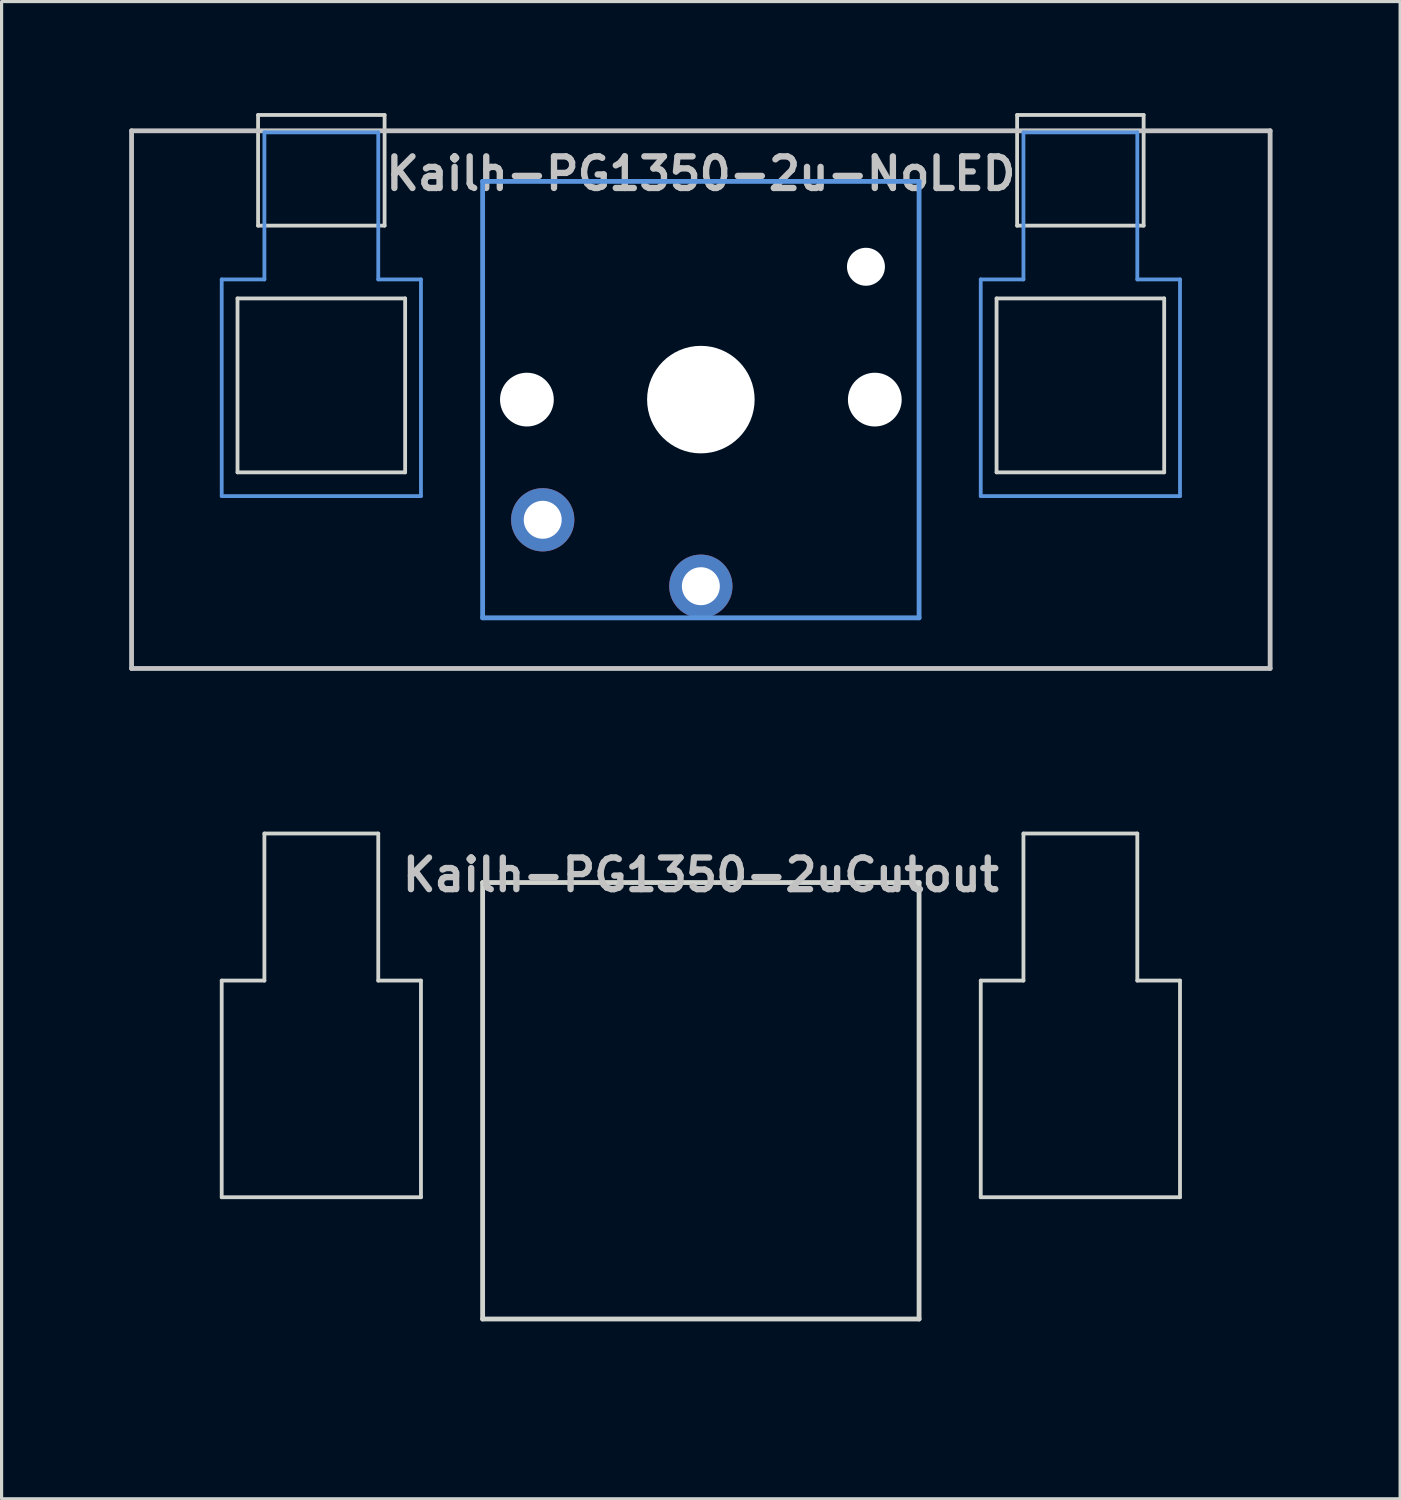
<source format=kicad_pcb>
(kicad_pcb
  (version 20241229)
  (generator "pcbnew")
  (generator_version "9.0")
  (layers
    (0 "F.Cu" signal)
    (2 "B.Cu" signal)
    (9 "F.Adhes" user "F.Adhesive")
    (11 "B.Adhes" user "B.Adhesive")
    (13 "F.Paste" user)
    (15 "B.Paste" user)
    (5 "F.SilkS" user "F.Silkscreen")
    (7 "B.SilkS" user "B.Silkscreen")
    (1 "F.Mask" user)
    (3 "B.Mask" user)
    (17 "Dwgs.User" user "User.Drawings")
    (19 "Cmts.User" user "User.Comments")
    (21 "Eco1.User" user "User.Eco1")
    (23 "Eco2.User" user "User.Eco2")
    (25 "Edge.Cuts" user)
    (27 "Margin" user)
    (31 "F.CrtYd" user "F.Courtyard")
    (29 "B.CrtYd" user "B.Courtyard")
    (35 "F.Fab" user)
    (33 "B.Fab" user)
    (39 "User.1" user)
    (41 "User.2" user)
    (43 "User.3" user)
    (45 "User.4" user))
  (footprint "Kailh-PG1350-2uCutout"
    (layer "F.Cu")
    (at 19.11 31.755)
    (property "Reference" "Kailh-PG1350-2uCutout" (at 0 -7.144 180) (layer "Dwgs.User") (effects (font (size 1 1) (thickness 0.2))))
    (attr through_hole)
    (fp_line (start -19.05 -9.525) (end -19.05 9.525) (stroke (width 0.12) (type solid)) (layer "Eco1.User"))
    (fp_line (start -19.05 -9.525) (end 19.05 -9.525) (stroke (width 0.12) (type solid)) (layer "Eco1.User"))
    (fp_line (start -19.05 9.525) (end 19.05 9.525) (stroke (width 0.12) (type solid)) (layer "Eco1.User"))
    (fp_line (start 19.05 -9.525) (end 19.05 9.525) (stroke (width 0.12) (type solid)) (layer "Eco1.User"))
    (fp_line (start -15.15 -3.8) (end -13.8 -3.8) (stroke (width 0.12) (type solid)) (layer "Edge.Cuts"))
    (fp_line (start -15.15 3.05) (end -15.15 -3.8) (stroke (width 0.12) (type solid)) (layer "Edge.Cuts"))
    (fp_line (start -15.15 3.05) (end -8.85 3.05) (stroke (width 0.12) (type solid)) (layer "Edge.Cuts"))
    (fp_line (start -13.8 -8.45) (end -13.8 -3.8) (stroke (width 0.12) (type solid)) (layer "Edge.Cuts"))
    (fp_line (start -13.8 -8.45) (end -10.2 -8.45) (stroke (width 0.12) (type solid)) (layer "Edge.Cuts"))
    (fp_line (start -10.2 -8.45) (end -10.2 -3.8) (stroke (width 0.12) (type solid)) (layer "Edge.Cuts"))
    (fp_line (start -10.2 -3.8) (end -8.85 -3.8) (stroke (width 0.12) (type solid)) (layer "Edge.Cuts"))
    (fp_line (start -8.85 3.05) (end -8.85 -3.8) (stroke (width 0.12) (type solid)) (layer "Edge.Cuts"))
    (fp_line (start -6.9 -6.9) (end 6.9 -6.9) (stroke (width 0.152) (type solid)) (layer "Edge.Cuts"))
    (fp_line (start -6.9 6.9) (end -6.9 -6.9) (stroke (width 0.152) (type solid)) (layer "Edge.Cuts"))
    (fp_line (start 6.9 -6.9) (end 6.9 6.9) (stroke (width 0.152) (type solid)) (layer "Edge.Cuts"))
    (fp_line (start 6.9 6.9) (end -6.9 6.9) (stroke (width 0.152) (type solid)) (layer "Edge.Cuts"))
    (fp_line (start 8.85 -3.8) (end 10.2 -3.8) (stroke (width 0.12) (type solid)) (layer "Edge.Cuts"))
    (fp_line (start 8.85 3.05) (end 8.85 -3.8) (stroke (width 0.12) (type solid)) (layer "Edge.Cuts"))
    (fp_line (start 8.85 3.05) (end 15.15 3.05) (stroke (width 0.12) (type solid)) (layer "Edge.Cuts"))
    (fp_line (start 10.2 -8.45) (end 10.2 -3.8) (stroke (width 0.12) (type solid)) (layer "Edge.Cuts"))
    (fp_line (start 10.2 -8.45) (end 13.8 -8.45) (stroke (width 0.12) (type solid)) (layer "Edge.Cuts"))
    (fp_line (start 13.8 -8.45) (end 13.8 -3.8) (stroke (width 0.12) (type solid)) (layer "Edge.Cuts"))
    (fp_line (start 13.8 -3.8) (end 15.15 -3.8) (stroke (width 0.12) (type solid)) (layer "Edge.Cuts"))
    (fp_line (start 15.15 3.05) (end 15.15 -3.8) (stroke (width 0.12) (type solid)) (layer "Edge.Cuts")))
  (footprint "Kailh-PG1350-2u-NoLED"
    (layer "F.Cu")
    (at 19.11 9.585)
    (property "Reference" "Kailh-PG1350-2u-NoLED" (at 0 -7.144 180) (layer "Dwgs.User") (effects (font (size 1 1) (thickness 0.2))))
    (attr through_hole)
    (fp_line (start -18 -8.5) (end 18 -8.5) (stroke (width 0.152) (type solid)) (layer "Dwgs.User"))
    (fp_line (start -18 8.5) (end -18 -8.5) (stroke (width 0.152) (type solid)) (layer "Dwgs.User"))
    (fp_line (start 18 -8.5) (end 18 8.5) (stroke (width 0.152) (type solid)) (layer "Dwgs.User"))
    (fp_line (start 18 8.5) (end -18 8.5) (stroke (width 0.152) (type solid)) (layer "Dwgs.User"))
    (fp_line (start -15.15 -3.8) (end -13.8 -3.8) (stroke (width 0.12) (type solid)) (layer "Cmts.User"))
    (fp_line (start -15.15 3.05) (end -15.15 -3.8) (stroke (width 0.12) (type solid)) (layer "Cmts.User"))
    (fp_line (start -15.15 3.05) (end -8.85 3.05) (stroke (width 0.12) (type solid)) (layer "Cmts.User"))
    (fp_line (start -13.8 -8.45) (end -13.8 -3.8) (stroke (width 0.12) (type solid)) (layer "Cmts.User"))
    (fp_line (start -13.8 -8.45) (end -10.2 -8.45) (stroke (width 0.12) (type solid)) (layer "Cmts.User"))
    (fp_line (start -10.2 -8.45) (end -10.2 -3.8) (stroke (width 0.12) (type solid)) (layer "Cmts.User"))
    (fp_line (start -10.2 -3.8) (end -8.85 -3.8) (stroke (width 0.12) (type solid)) (layer "Cmts.User"))
    (fp_line (start -8.85 3.05) (end -8.85 -3.8) (stroke (width 0.12) (type solid)) (layer "Cmts.User"))
    (fp_line (start -6.9 -6.9) (end 6.9 -6.9) (stroke (width 0.152) (type solid)) (layer "Cmts.User"))
    (fp_line (start -6.9 6.9) (end -6.9 -6.9) (stroke (width 0.152) (type solid)) (layer "Cmts.User"))
    (fp_line (start 6.9 -6.9) (end 6.9 6.9) (stroke (width 0.152) (type solid)) (layer "Cmts.User"))
    (fp_line (start 6.9 6.9) (end -6.9 6.9) (stroke (width 0.152) (type solid)) (layer "Cmts.User"))
    (fp_line (start 8.85 -3.8) (end 10.2 -3.8) (stroke (width 0.12) (type solid)) (layer "Cmts.User"))
    (fp_line (start 8.85 3.05) (end 8.85 -3.8) (stroke (width 0.12) (type solid)) (layer "Cmts.User"))
    (fp_line (start 8.85 3.05) (end 15.15 3.05) (stroke (width 0.12) (type solid)) (layer "Cmts.User"))
    (fp_line (start 10.2 -8.45) (end 10.2 -3.8) (stroke (width 0.12) (type solid)) (layer "Cmts.User"))
    (fp_line (start 10.2 -8.45) (end 13.8 -8.45) (stroke (width 0.12) (type solid)) (layer "Cmts.User"))
    (fp_line (start 13.8 -8.45) (end 13.8 -3.8) (stroke (width 0.12) (type solid)) (layer "Cmts.User"))
    (fp_line (start 13.8 -3.8) (end 15.15 -3.8) (stroke (width 0.12) (type solid)) (layer "Cmts.User"))
    (fp_line (start 15.15 3.05) (end 15.15 -3.8) (stroke (width 0.12) (type solid)) (layer "Cmts.User"))
    (fp_line (start -19.05 -9.525) (end -19.05 9.525) (stroke (width 0.12) (type solid)) (layer "Eco1.User"))
    (fp_line (start -19.05 -9.525) (end 19.05 -9.525) (stroke (width 0.12) (type solid)) (layer "Eco1.User"))
    (fp_line (start -19.05 9.525) (end 19.05 9.525) (stroke (width 0.12) (type solid)) (layer "Eco1.User"))
    (fp_line (start 19.05 -9.525) (end 19.05 9.525) (stroke (width 0.12) (type solid)) (layer "Eco1.User"))
    (fp_line (start -7.5 -7.5) (end 7.5 -7.5) (stroke (width 0.152) (type solid)) (layer "Eco2.User"))
    (fp_line (start -7.5 7.5) (end -7.5 -7.5) (stroke (width 0.152) (type solid)) (layer "Eco2.User"))
    (fp_line (start 7.5 -7.5) (end 7.5 7.5) (stroke (width 0.152) (type solid)) (layer "Eco2.User"))
    (fp_line (start 7.5 7.5) (end -7.5 7.5) (stroke (width 0.152) (type solid)) (layer "Eco2.User"))
    (fp_line (start -14.65 -3.2) (end -14.65 2.3) (stroke (width 0.12) (type solid)) (layer "Edge.Cuts"))
    (fp_line (start -14.65 -3.2) (end -9.35 -3.2) (stroke (width 0.12) (type solid)) (layer "Edge.Cuts"))
    (fp_line (start -14.65 2.3) (end -9.35 2.3) (stroke (width 0.12) (type solid)) (layer "Edge.Cuts"))
    (fp_line (start -14 -9) (end -14 -5.5) (stroke (width 0.12) (type solid)) (layer "Edge.Cuts"))
    (fp_line (start -14 -9) (end -10 -9) (stroke (width 0.12) (type solid)) (layer "Edge.Cuts"))
    (fp_line (start -14 -5.5) (end -10 -5.5) (stroke (width 0.12) (type solid)) (layer "Edge.Cuts"))
    (fp_line (start -10 -5.5) (end -10 -9) (stroke (width 0.12) (type solid)) (layer "Edge.Cuts"))
    (fp_line (start -9.35 2.3) (end -9.35 -3.2) (stroke (width 0.12) (type solid)) (layer "Edge.Cuts"))
    (fp_line (start 9.35 -3.2) (end 9.35 2.3) (stroke (width 0.12) (type solid)) (layer "Edge.Cuts"))
    (fp_line (start 9.35 -3.2) (end 14.65 -3.2) (stroke (width 0.12) (type solid)) (layer "Edge.Cuts"))
    (fp_line (start 9.35 2.3) (end 14.65 2.3) (stroke (width 0.12) (type solid)) (layer "Edge.Cuts"))
    (fp_line (start 10 -9) (end 10 -5.5) (stroke (width 0.12) (type solid)) (layer "Edge.Cuts"))
    (fp_line (start 10 -9) (end 14 -9) (stroke (width 0.12) (type solid)) (layer "Edge.Cuts"))
    (fp_line (start 10 -5.5) (end 14 -5.5) (stroke (width 0.12) (type solid)) (layer "Edge.Cuts"))
    (fp_line (start 14 -5.5) (end 14 -9) (stroke (width 0.12) (type solid)) (layer "Edge.Cuts"))
    (fp_line (start 14.65 2.3) (end 14.65 -3.2) (stroke (width 0.12) (type solid)) (layer "Edge.Cuts"))
    (pad "" np_thru_hole circle (at -5.5 0 180) (size 1.7 1.7) (drill 1.7) (layers "*.Cu" "*.Mask"))
    (pad "" np_thru_hole circle (at 0 0 180) (size 3.4 3.4) (drill 3.4) (layers "*.Cu" "*.Mask"))
    (pad "" np_thru_hole circle (at 5.22 -4.2 180) (size 1.2 1.2) (drill 1.2) (layers "*.Cu" "*.Mask"))
    (pad "" np_thru_hole circle (at 5.5 0 180) (size 1.7 1.7) (drill 1.7) (layers "*.Cu" "*.Mask"))
    (pad "1" thru_hole circle (at 0 5.9 180) (size 2 2) (drill 1.2) (layers "*.Cu" "*.Mask"))
    (pad "2" thru_hole circle (at -5 3.8 41.9) (size 2 2) (drill 1.2) (layers "*.Cu" "*.Mask")))
  (gr_rect
    (start -3 -3)
    (end 41.22 44.34)
    (stroke (width 0.1) (type default))
    (fill no)
    (layer "Edge.Cuts")))
</source>
